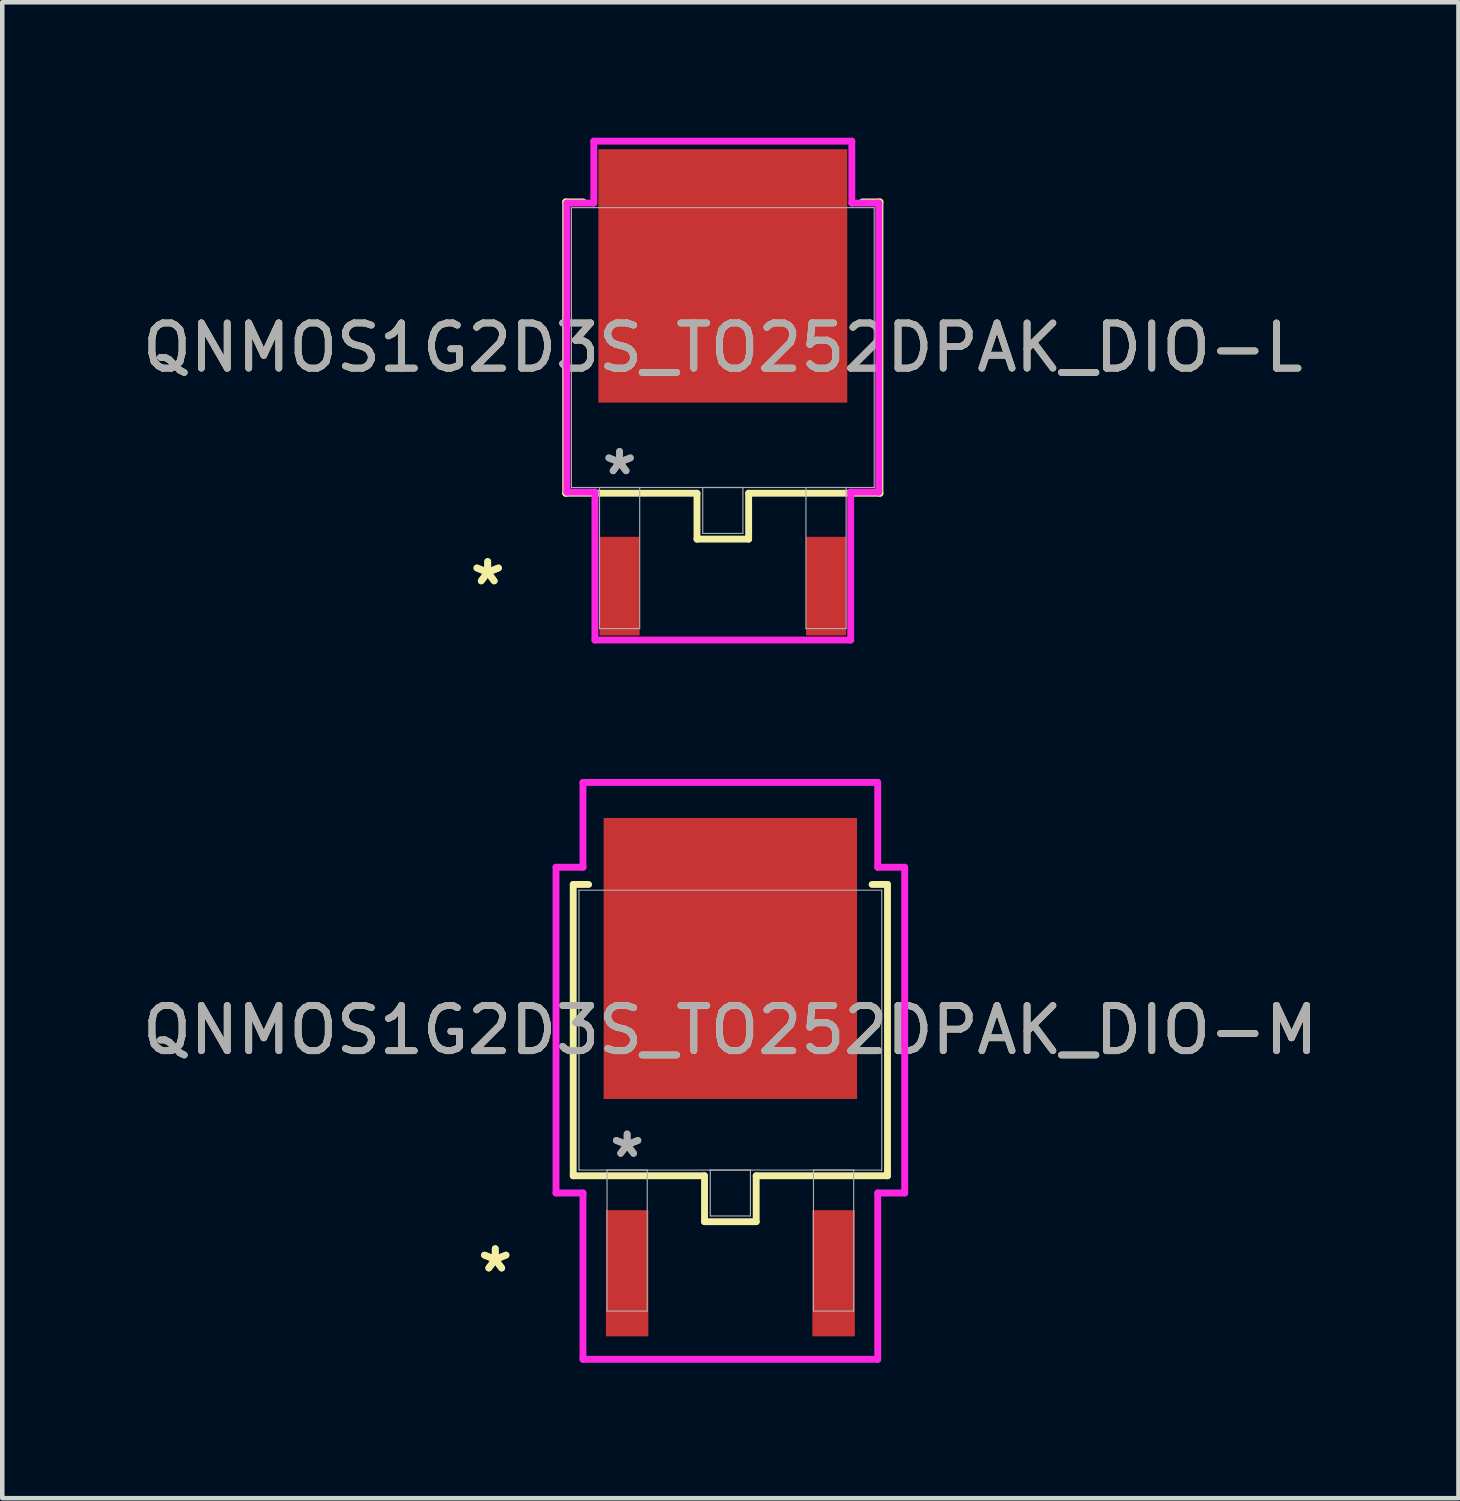
<source format=kicad_pcb>
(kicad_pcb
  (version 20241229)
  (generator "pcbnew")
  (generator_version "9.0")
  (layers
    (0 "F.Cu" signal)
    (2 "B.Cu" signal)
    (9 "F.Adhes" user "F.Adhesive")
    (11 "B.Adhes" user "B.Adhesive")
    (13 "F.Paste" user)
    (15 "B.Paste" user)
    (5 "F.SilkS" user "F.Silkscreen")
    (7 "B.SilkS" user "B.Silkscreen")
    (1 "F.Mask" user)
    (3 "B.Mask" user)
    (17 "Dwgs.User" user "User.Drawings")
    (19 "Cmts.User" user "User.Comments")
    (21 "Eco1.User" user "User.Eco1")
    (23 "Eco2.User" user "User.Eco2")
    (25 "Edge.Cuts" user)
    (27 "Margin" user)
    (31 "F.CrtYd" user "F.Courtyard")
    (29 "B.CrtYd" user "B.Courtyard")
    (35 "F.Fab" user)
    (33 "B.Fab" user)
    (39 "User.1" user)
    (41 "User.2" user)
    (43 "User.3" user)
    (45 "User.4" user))
  (footprint "QNMOS1G2D3S_TO252DPAK_DIO-M"
    (layer "F.Cu")
    (at 13.125 19.764)
    (property "Reference" "QNMOS1G2D3S_TO252DPAK_DIO-M" (at 0 0 0) (unlocked yes) (layer "F.SilkS") (effects (font (size 1 1) (thickness 0.15))))
    (attr smd)
    (fp_line (start -3.48 -3.226) (end -3.48 3.226) (stroke (width 0.152) (type solid)) (layer "F.SilkS"))
    (fp_line (start -3.48 3.226) (end -0.572 3.226) (stroke (width 0.152) (type solid)) (layer "F.SilkS"))
    (fp_line (start -3.139 -3.226) (end -3.48 -3.226) (stroke (width 0.152) (type solid)) (layer "F.SilkS"))
    (fp_line (start -0.572 3.226) (end -0.572 4.242) (stroke (width 0.152) (type solid)) (layer "F.SilkS"))
    (fp_line (start -0.572 4.242) (end 0.572 4.242) (stroke (width 0.152) (type solid)) (layer "F.SilkS"))
    (fp_line (start 0.572 3.226) (end 3.48 3.226) (stroke (width 0.152) (type solid)) (layer "F.SilkS"))
    (fp_line (start 0.572 4.242) (end 0.572 3.226) (stroke (width 0.152) (type solid)) (layer "F.SilkS"))
    (fp_line (start 3.48 -3.226) (end 3.139 -3.226) (stroke (width 0.152) (type solid)) (layer "F.SilkS"))
    (fp_line (start 3.48 3.226) (end 3.48 -3.226) (stroke (width 0.152) (type solid)) (layer "F.SilkS"))
    (fp_line (start -3.861 -3.607) (end -3.264 -3.607) (stroke (width 0.152) (type solid)) (layer "F.CrtYd"))
    (fp_line (start -3.861 3.607) (end -3.861 -3.607) (stroke (width 0.152) (type solid)) (layer "F.CrtYd"))
    (fp_line (start -3.264 -5.486) (end 3.264 -5.486) (stroke (width 0.152) (type solid)) (layer "F.CrtYd"))
    (fp_line (start -3.264 -3.607) (end -3.264 -5.486) (stroke (width 0.152) (type solid)) (layer "F.CrtYd"))
    (fp_line (start -3.264 3.607) (end -3.861 3.607) (stroke (width 0.152) (type solid)) (layer "F.CrtYd"))
    (fp_line (start -3.264 7.29) (end -3.264 3.607) (stroke (width 0.152) (type solid)) (layer "F.CrtYd"))
    (fp_line (start 3.264 -5.486) (end 3.264 -3.607) (stroke (width 0.152) (type solid)) (layer "F.CrtYd"))
    (fp_line (start 3.264 -3.607) (end 3.861 -3.607) (stroke (width 0.152) (type solid)) (layer "F.CrtYd"))
    (fp_line (start 3.264 3.607) (end 3.264 7.29) (stroke (width 0.152) (type solid)) (layer "F.CrtYd"))
    (fp_line (start 3.264 7.29) (end -3.264 7.29) (stroke (width 0.152) (type solid)) (layer "F.CrtYd"))
    (fp_line (start 3.861 -3.607) (end 3.861 3.607) (stroke (width 0.152) (type solid)) (layer "F.CrtYd"))
    (fp_line (start 3.861 3.607) (end 3.264 3.607) (stroke (width 0.152) (type solid)) (layer "F.CrtYd"))
    (fp_line (start -3.353 -3.099) (end -3.353 3.099) (stroke (width 0.025) (type solid)) (layer "F.Fab"))
    (fp_line (start -3.353 3.099) (end 3.353 3.099) (stroke (width 0.025) (type solid)) (layer "F.Fab"))
    (fp_line (start -2.731 3.099) (end -2.731 6.223) (stroke (width 0.025) (type solid)) (layer "F.Fab"))
    (fp_line (start -2.731 6.223) (end -1.841 6.223) (stroke (width 0.025) (type solid)) (layer "F.Fab"))
    (fp_line (start -1.841 3.099) (end -2.731 3.099) (stroke (width 0.025) (type solid)) (layer "F.Fab"))
    (fp_line (start -1.841 6.223) (end -1.841 3.099) (stroke (width 0.025) (type solid)) (layer "F.Fab"))
    (fp_line (start -0.445 3.099) (end -0.445 4.115) (stroke (width 0.025) (type solid)) (layer "F.Fab"))
    (fp_line (start -0.445 4.115) (end 0.445 4.115) (stroke (width 0.025) (type solid)) (layer "F.Fab"))
    (fp_line (start 0.445 3.099) (end -0.445 3.099) (stroke (width 0.025) (type solid)) (layer "F.Fab"))
    (fp_line (start 0.445 4.115) (end 0.445 3.099) (stroke (width 0.025) (type solid)) (layer "F.Fab"))
    (fp_line (start 1.841 3.099) (end 1.841 6.223) (stroke (width 0.025) (type solid)) (layer "F.Fab"))
    (fp_line (start 1.841 6.223) (end 2.731 6.223) (stroke (width 0.025) (type solid)) (layer "F.Fab"))
    (fp_line (start 2.731 3.099) (end 1.841 3.099) (stroke (width 0.025) (type solid)) (layer "F.Fab"))
    (fp_line (start 2.731 6.223) (end 2.731 3.099) (stroke (width 0.025) (type solid)) (layer "F.Fab"))
    (fp_line (start 3.353 -3.099) (end -3.353 -3.099) (stroke (width 0.025) (type solid)) (layer "F.Fab"))
    (fp_line (start 3.353 3.099) (end 3.353 -3.099) (stroke (width 0.025) (type solid)) (layer "F.Fab"))
    (fp_text user "*" (at -5.207 5.385 0) (unlocked yes) (layer "F.SilkS") (effects (font (size 1 1) (thickness 0.15))))
    (fp_text user "*" (at -5.207 5.385 0) (layer "F.SilkS") (effects (font (size 1 1) (thickness 0.15))))
    (fp_text user "${REFERENCE}" (at 0 0 0) (unlocked yes) (layer "F.Fab") (effects (font (size 1 1) (thickness 0.15))))
    (fp_text user "*" (at -2.286 2.845 0) (unlocked yes) (layer "F.Fab") (effects (font (size 1 1) (thickness 0.15))))
    (fp_text user "*" (at -2.286 2.845 0) (layer "F.Fab") (effects (font (size 1 1) (thickness 0.15))))
    (pad "1" smd rect (at -2.286 5.385) (size 0.94 2.794) (layers "F.Cu" "F.Mask" "F.Paste"))
    (pad "2" smd rect (at 0 -1.587) (size 5.613 6.223) (layers "F.Cu" "F.Mask" "F.Paste"))
    (pad "3" smd rect (at 2.286 5.385) (size 0.94 2.794) (layers "F.Cu" "F.Mask" "F.Paste")))
  (footprint "QNMOS1G2D3S_TO252DPAK_DIO-L"
    (layer "F.Cu")
    (at 12.958 4.648)
    (property "Reference" "QNMOS1G2D3S_TO252DPAK_DIO-L" (at 0 0 0) (unlocked yes) (layer "F.SilkS") (effects (font (size 1 1) (thickness 0.15))))
    (attr smd)
    (fp_line (start -3.48 -3.226) (end -3.48 3.226) (stroke (width 0.152) (type solid)) (layer "F.SilkS"))
    (fp_line (start -3.48 3.226) (end -0.572 3.226) (stroke (width 0.152) (type solid)) (layer "F.SilkS"))
    (fp_line (start -3.089 -3.226) (end -3.48 -3.226) (stroke (width 0.152) (type solid)) (layer "F.SilkS"))
    (fp_line (start -0.572 3.226) (end -0.572 4.242) (stroke (width 0.152) (type solid)) (layer "F.SilkS"))
    (fp_line (start -0.572 4.242) (end 0.572 4.242) (stroke (width 0.152) (type solid)) (layer "F.SilkS"))
    (fp_line (start 0.572 3.226) (end 3.48 3.226) (stroke (width 0.152) (type solid)) (layer "F.SilkS"))
    (fp_line (start 0.572 4.242) (end 0.572 3.226) (stroke (width 0.152) (type solid)) (layer "F.SilkS"))
    (fp_line (start 3.48 -3.226) (end 3.089 -3.226) (stroke (width 0.152) (type solid)) (layer "F.SilkS"))
    (fp_line (start 3.48 3.226) (end 3.48 -3.226) (stroke (width 0.152) (type solid)) (layer "F.SilkS"))
    (fp_line (start -3.454 -3.2) (end -2.857 -3.2) (stroke (width 0.152) (type solid)) (layer "F.CrtYd"))
    (fp_line (start -3.454 3.2) (end -3.454 -3.2) (stroke (width 0.152) (type solid)) (layer "F.CrtYd"))
    (fp_line (start -2.857 -4.572) (end 2.857 -4.572) (stroke (width 0.152) (type solid)) (layer "F.CrtYd"))
    (fp_line (start -2.857 -3.2) (end -2.857 -4.572) (stroke (width 0.152) (type solid)) (layer "F.CrtYd"))
    (fp_line (start -2.832 3.2) (end -3.454 3.2) (stroke (width 0.152) (type solid)) (layer "F.CrtYd"))
    (fp_line (start -2.832 6.477) (end -2.832 3.2) (stroke (width 0.152) (type solid)) (layer "F.CrtYd"))
    (fp_line (start 2.832 3.2) (end 2.832 6.477) (stroke (width 0.152) (type solid)) (layer "F.CrtYd"))
    (fp_line (start 2.832 6.477) (end -2.832 6.477) (stroke (width 0.152) (type solid)) (layer "F.CrtYd"))
    (fp_line (start 2.857 -4.572) (end 2.857 -3.2) (stroke (width 0.152) (type solid)) (layer "F.CrtYd"))
    (fp_line (start 2.857 -3.2) (end 3.454 -3.2) (stroke (width 0.152) (type solid)) (layer "F.CrtYd"))
    (fp_line (start 3.454 -3.2) (end 3.454 3.2) (stroke (width 0.152) (type solid)) (layer "F.CrtYd"))
    (fp_line (start 3.454 3.2) (end 2.832 3.2) (stroke (width 0.152) (type solid)) (layer "F.CrtYd"))
    (fp_line (start -3.353 -3.099) (end -3.353 3.099) (stroke (width 0.025) (type solid)) (layer "F.Fab"))
    (fp_line (start -3.353 3.099) (end 3.353 3.099) (stroke (width 0.025) (type solid)) (layer "F.Fab"))
    (fp_line (start -2.731 3.099) (end -2.731 6.223) (stroke (width 0.025) (type solid)) (layer "F.Fab"))
    (fp_line (start -2.731 6.223) (end -1.841 6.223) (stroke (width 0.025) (type solid)) (layer "F.Fab"))
    (fp_line (start -1.841 3.099) (end -2.731 3.099) (stroke (width 0.025) (type solid)) (layer "F.Fab"))
    (fp_line (start -1.841 6.223) (end -1.841 3.099) (stroke (width 0.025) (type solid)) (layer "F.Fab"))
    (fp_line (start -0.445 3.099) (end -0.445 4.115) (stroke (width 0.025) (type solid)) (layer "F.Fab"))
    (fp_line (start -0.445 4.115) (end 0.445 4.115) (stroke (width 0.025) (type solid)) (layer "F.Fab"))
    (fp_line (start 0.445 3.099) (end -0.445 3.099) (stroke (width 0.025) (type solid)) (layer "F.Fab"))
    (fp_line (start 0.445 4.115) (end 0.445 3.099) (stroke (width 0.025) (type solid)) (layer "F.Fab"))
    (fp_line (start 1.841 3.099) (end 1.841 6.223) (stroke (width 0.025) (type solid)) (layer "F.Fab"))
    (fp_line (start 1.841 6.223) (end 2.731 6.223) (stroke (width 0.025) (type solid)) (layer "F.Fab"))
    (fp_line (start 2.731 3.099) (end 1.841 3.099) (stroke (width 0.025) (type solid)) (layer "F.Fab"))
    (fp_line (start 2.731 6.223) (end 2.731 3.099) (stroke (width 0.025) (type solid)) (layer "F.Fab"))
    (fp_line (start 3.353 -3.099) (end -3.353 -3.099) (stroke (width 0.025) (type solid)) (layer "F.Fab"))
    (fp_line (start 3.353 3.099) (end 3.353 -3.099) (stroke (width 0.025) (type solid)) (layer "F.Fab"))
    (fp_text user "*" (at -5.207 5.283 0) (layer "F.SilkS") (effects (font (size 1 1) (thickness 0.15))))
    (fp_text user "*" (at -5.207 5.283 0) (unlocked yes) (layer "F.SilkS") (effects (font (size 1 1) (thickness 0.15))))
    (fp_text user "${REFERENCE}" (at 0 0 0) (unlocked yes) (layer "F.Fab") (effects (font (size 1 1) (thickness 0.15))))
    (fp_text user "*" (at -2.286 2.845 0) (layer "F.Fab") (effects (font (size 1 1) (thickness 0.15))))
    (fp_text user "*" (at -2.286 2.845 0) (unlocked yes) (layer "F.Fab") (effects (font (size 1 1) (thickness 0.15))))
    (pad "1" smd rect (at -2.286 5.283) (size 0.889 2.184) (layers "F.Cu" "F.Mask" "F.Paste"))
    (pad "2" smd rect (at 0 -1.587) (size 5.512 5.613) (layers "F.Cu" "F.Mask" "F.Paste"))
    (pad "3" smd rect (at 2.286 5.283) (size 0.889 2.184) (layers "F.Cu" "F.Mask" "F.Paste")))
  (gr_rect
    (start -3 -3)
    (end 29.25 30.13)
    (stroke (width 0.1) (type default))
    (fill no)
    (layer "Edge.Cuts")))
</source>
